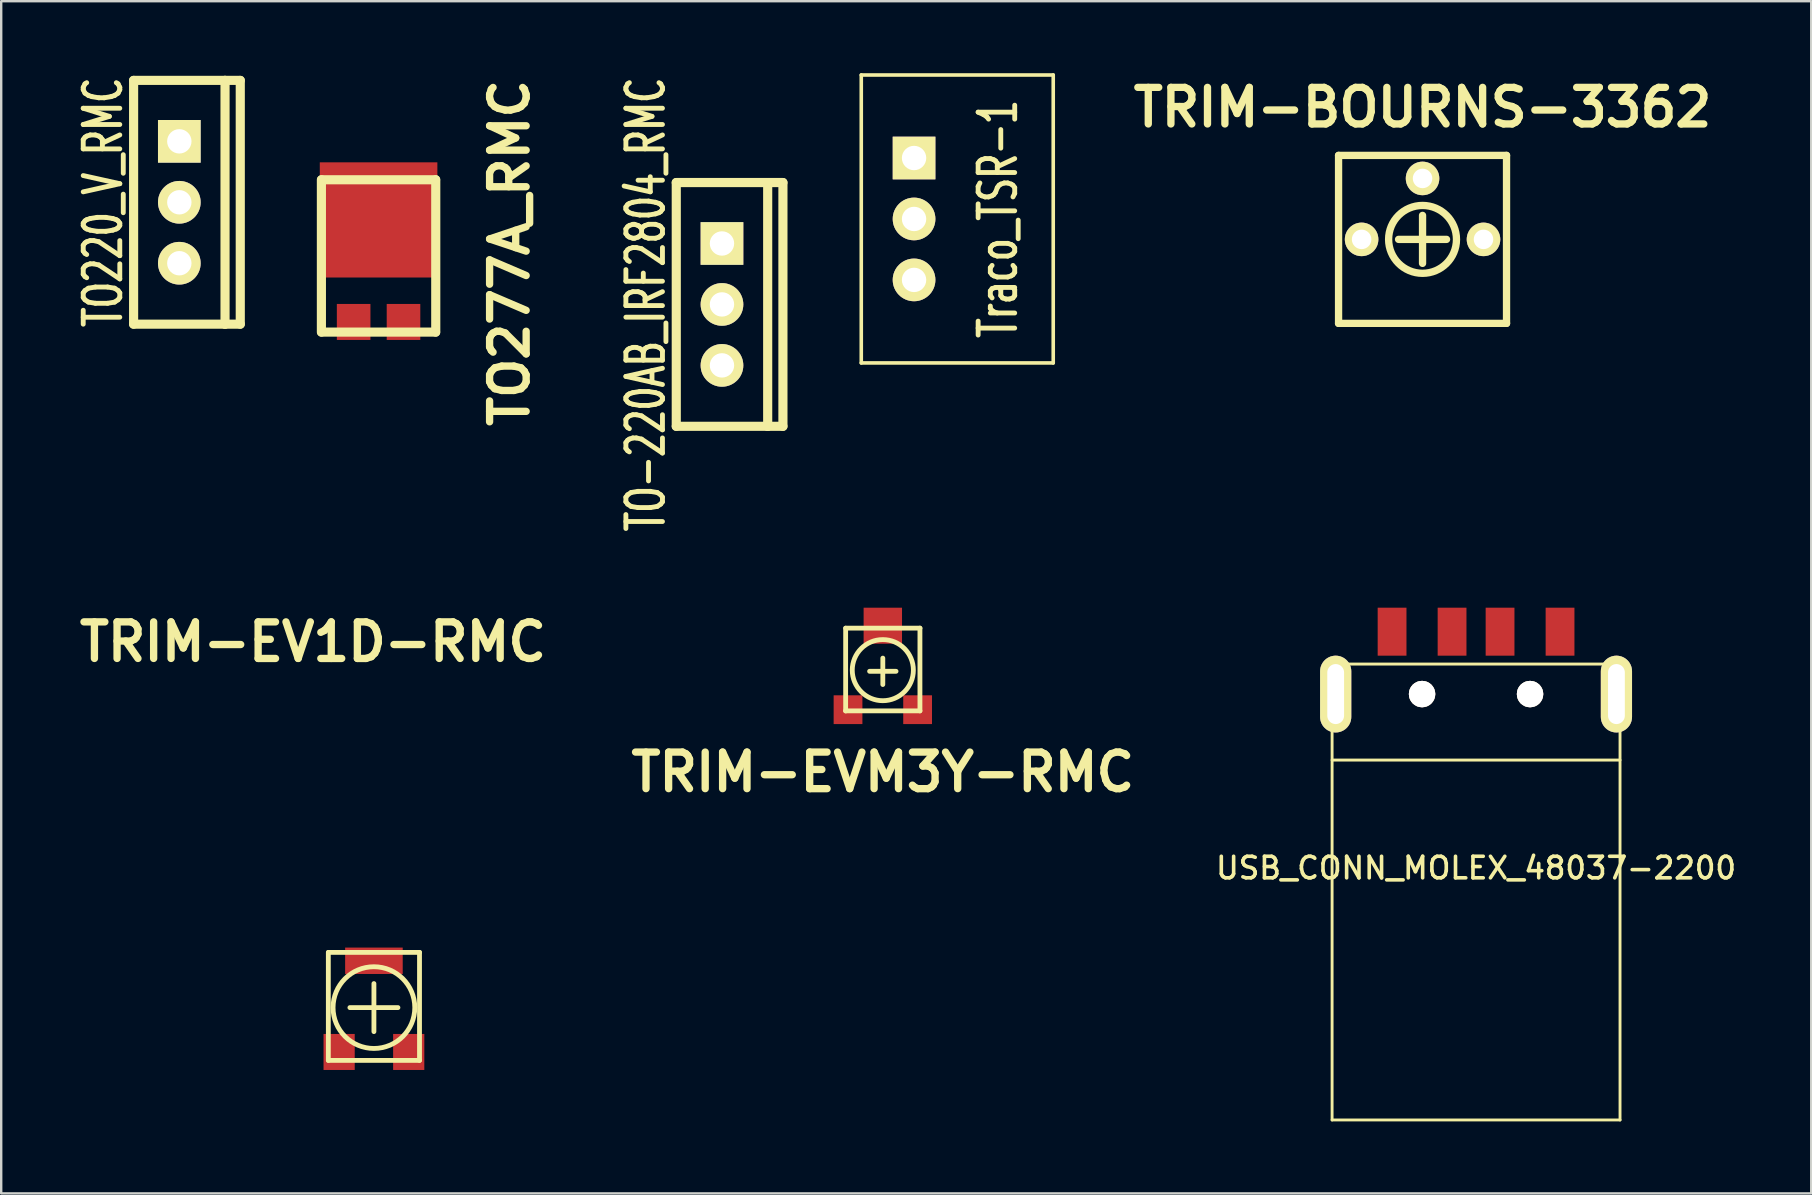
<source format=kicad_pcb>
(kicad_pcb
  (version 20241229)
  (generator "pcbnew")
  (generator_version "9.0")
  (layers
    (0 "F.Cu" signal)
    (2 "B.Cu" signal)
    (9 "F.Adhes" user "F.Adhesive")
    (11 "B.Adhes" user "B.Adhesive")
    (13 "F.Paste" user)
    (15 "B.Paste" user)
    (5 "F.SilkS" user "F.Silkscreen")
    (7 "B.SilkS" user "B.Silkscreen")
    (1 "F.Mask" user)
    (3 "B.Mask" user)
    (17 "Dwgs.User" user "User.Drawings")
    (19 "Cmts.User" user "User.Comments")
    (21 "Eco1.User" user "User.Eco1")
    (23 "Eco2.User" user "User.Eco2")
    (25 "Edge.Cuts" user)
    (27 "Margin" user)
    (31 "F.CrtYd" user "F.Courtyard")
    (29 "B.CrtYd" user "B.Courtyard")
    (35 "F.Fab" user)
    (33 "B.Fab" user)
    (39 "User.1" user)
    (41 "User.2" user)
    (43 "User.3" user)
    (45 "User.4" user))
  (footprint "Traco_TSR-1"
    (layer "F.Cu")
    (at 35.043 6.075)
    (property "Reference" "Traco_TSR-1" (at 3.5 0 90) (layer "F.SilkS") (effects (font (size 1.524 1.016) (thickness 0.203))))
    (attr through_hole)
    (fp_line (start -2.2 -6) (end -2.2 6) (stroke (width 0.15) (type solid)) (layer "F.SilkS"))
    (fp_line (start -2.2 6) (end 5.8 6) (stroke (width 0.15) (type solid)) (layer "F.SilkS"))
    (fp_line (start 5.8 -6) (end -2.2 -6) (stroke (width 0.15) (type solid)) (layer "F.SilkS"))
    (fp_line (start 5.8 6) (end 5.8 -6) (stroke (width 0.15) (type solid)) (layer "F.SilkS"))
    (pad "1" thru_hole rect (at 0 -2.54) (size 1.778 1.778) (drill 1.016) (layers "*.Cu" "*.Mask" "F.SilkS"))
    (pad "2" thru_hole circle (at 0 0) (size 1.778 1.778) (drill 1.016) (layers "*.Cu" "*.Mask" "F.SilkS"))
    (pad "3" thru_hole circle (at 0 2.54) (size 1.778 1.778) (drill 1.016) (layers "*.Cu" "*.Mask" "F.SilkS")))
  (footprint "TO-220AB_IRF2804_RMC"
    (layer "F.Cu")
    (at 27.038 9.637)
    (property "Reference" "TO-220AB_IRF2804_RMC" (at -3.175 0 90) (layer "F.SilkS") (effects (font (size 1.524 1.016) (thickness 0.203))))
    (attr through_hole)
    (fp_line (start -1.905 -5.08) (end 1.905 -5.08) (stroke (width 0.381) (type solid)) (layer "F.SilkS"))
    (fp_line (start -1.905 5.08) (end -1.905 -5.08) (stroke (width 0.381) (type solid)) (layer "F.SilkS"))
    (fp_line (start 1.905 -5.08) (end 1.905 5.08) (stroke (width 0.381) (type solid)) (layer "F.SilkS"))
    (fp_line (start 1.905 -5.08) (end 2.54 -5.08) (stroke (width 0.381) (type solid)) (layer "F.SilkS"))
    (fp_line (start 1.905 5.08) (end -1.905 5.08) (stroke (width 0.381) (type solid)) (layer "F.SilkS"))
    (fp_line (start 2.54 -5.08) (end 2.54 5.08) (stroke (width 0.381) (type solid)) (layer "F.SilkS"))
    (fp_line (start 2.54 5.08) (end 1.905 5.08) (stroke (width 0.381) (type solid)) (layer "F.SilkS"))
    (pad "D" thru_hole circle (at 0 0) (size 1.778 1.778) (drill 1.016) (layers "*.Cu" "*.Mask" "F.SilkS"))
    (pad "G" thru_hole rect (at 0 -2.54) (size 1.778 1.778) (drill 1.016) (layers "*.Cu" "*.Mask" "F.SilkS"))
    (pad "S" thru_hole circle (at 0 2.54) (size 1.778 1.778) (drill 1.016) (layers "*.Cu" "*.Mask" "F.SilkS")))
  (footprint "TO277A_RMC"
    (layer "F.Cu")
    (at 12.727 7.616)
    (property "Reference" "TO277A_RMC" (at 5.461 -0.127 90) (layer "F.SilkS") (effects (font (size 1.524 1.524) (thickness 0.305))))
    (attr through_hole)
    (fp_line (start -2.383 3.175) (end -2.383 -3.175) (stroke (width 0.381) (type solid)) (layer "F.SilkS"))
    (fp_line (start -2.375 -3.175) (end 2.375 -3.175) (stroke (width 0.381) (type solid)) (layer "F.SilkS"))
    (fp_line (start 2.375 3.175) (end -2.375 3.175) (stroke (width 0.381) (type solid)) (layer "F.SilkS"))
    (fp_line (start 2.383 -3.175) (end 2.383 3.175) (stroke (width 0.381) (type solid)) (layer "F.SilkS"))
    (pad "1" smd rect (at -1.039 2.751) (size 1.4 1.5) (layers "F.Cu" "F.Mask" "F.Paste"))
    (pad "2" smd rect (at 1.039 2.751) (size 1.4 1.5) (layers "F.Cu" "F.Mask" "F.Paste"))
    (pad "K" smd rect (at 0 -1.501) (size 4.9 4.8) (layers "F.Cu" "F.Mask" "F.Paste")))
  (footprint "TO220_V_RMC"
    (layer "F.Cu")
    (at 4.423 5.38)
    (property "Reference" "TO220_V_RMC" (at -3.175 0 90) (layer "F.SilkS") (effects (font (size 1.524 1.016) (thickness 0.203))))
    (attr through_hole)
    (fp_line (start -1.905 -5.08) (end 1.905 -5.08) (stroke (width 0.381) (type solid)) (layer "F.SilkS"))
    (fp_line (start -1.905 5.08) (end -1.905 -5.08) (stroke (width 0.381) (type solid)) (layer "F.SilkS"))
    (fp_line (start 1.905 -5.08) (end 1.905 5.08) (stroke (width 0.381) (type solid)) (layer "F.SilkS"))
    (fp_line (start 1.905 -5.08) (end 2.54 -5.08) (stroke (width 0.381) (type solid)) (layer "F.SilkS"))
    (fp_line (start 1.905 5.08) (end -1.905 5.08) (stroke (width 0.381) (type solid)) (layer "F.SilkS"))
    (fp_line (start 2.54 -5.08) (end 2.54 5.08) (stroke (width 0.381) (type solid)) (layer "F.SilkS"))
    (fp_line (start 2.54 5.08) (end 1.905 5.08) (stroke (width 0.381) (type solid)) (layer "F.SilkS"))
    (pad "1" thru_hole rect (at 0 -2.54) (size 1.778 1.778) (drill 1.016) (layers "*.Cu" "*.Mask" "F.SilkS"))
    (pad "2" thru_hole circle (at 0 0) (size 1.778 1.778) (drill 1.016) (layers "*.Cu" "*.Mask" "F.SilkS"))
    (pad "3" thru_hole circle (at 0 2.54) (size 1.778 1.778) (drill 1.016) (layers "*.Cu" "*.Mask" "F.SilkS")))
  (footprint "USB_CONN_MOLEX_48037-2200"
    (layer "F.Cu")
    (at 58.464 28.625)
    (property "Reference" "USB_CONN_MOLEX_48037-2200" (at 0 4.5 0) (layer "F.SilkS") (effects (font (size 0.899 0.899) (thickness 0.15))))
    (attr through_hole)
    (fp_line (start -6 -4) (end 6 -4) (stroke (width 0.12) (type solid)) (layer "F.SilkS"))
    (fp_line (start -6 0) (end 6 0) (stroke (width 0.12) (type solid)) (layer "F.SilkS"))
    (fp_line (start -6 15) (end -6 -4) (stroke (width 0.12) (type solid)) (layer "F.SilkS"))
    (fp_line (start 6 -4) (end 6 15) (stroke (width 0.12) (type solid)) (layer "F.SilkS"))
    (fp_line (start 6 15) (end -6 15) (stroke (width 0.12) (type solid)) (layer "F.SilkS"))
    (pad "" thru_hole oval (at -5.85 -2.75) (size 1.3 3.2) (drill oval 0.7 2.5) (layers "*.Cu" "*.Mask" "F.SilkS"))
    (pad "" thru_hole circle (at -2.25 -2.75) (size 1.1 1.1) (drill 1.1) (layers "*.Cu" "*.Mask" "F.SilkS"))
    (pad "" thru_hole circle (at 2.25 -2.75) (size 1.1 1.1) (drill 1.1) (layers "*.Cu" "*.Mask" "F.SilkS"))
    (pad "" thru_hole oval (at 5.85 -2.75) (size 1.3 3.2) (drill oval 0.7 2.5) (layers "*.Cu" "*.Mask" "F.SilkS"))
    (pad "1" smd rect (at 3.5 -5.35) (size 1.2 2) (layers "F.Cu" "F.Mask" "F.Paste"))
    (pad "2" smd rect (at 1 -5.35) (size 1.2 2) (layers "F.Cu" "F.Mask" "F.Paste"))
    (pad "3" smd rect (at -1 -5.35) (size 1.2 2) (layers "F.Cu" "F.Mask" "F.Paste"))
    (pad "4" smd rect (at -3.5 -5.35) (size 1.2 2) (layers "F.Cu" "F.Mask" "F.Paste")))
  (footprint "TRIM-EVM3Y-RMC"
    (layer "F.Cu")
    (at 33.741 24.677)
    (property "Reference" "TRIM-EVM3Y-RMC" (at 0 4.45 0) (layer "F.SilkS") (effects (font (size 1.524 1.524) (thickness 0.305))))
    (attr through_hole)
    (fp_line (start -1.549 -1.549) (end 1.549 -1.549) (stroke (width 0.201) (type solid)) (layer "F.SilkS"))
    (fp_line (start -1.549 1.902) (end -1.549 -1.547) (stroke (width 0.201) (type solid)) (layer "F.SilkS"))
    (fp_line (start -0.551 0.249) (end 0.551 0.249) (stroke (width 0.201) (type solid)) (layer "F.SilkS"))
    (fp_line (start 0 0.8) (end 0 -0.3) (stroke (width 0.201) (type solid)) (layer "F.SilkS"))
    (fp_line (start 1.547 -1.549) (end 1.547 1.9) (stroke (width 0.201) (type solid)) (layer "F.SilkS"))
    (fp_line (start 1.547 1.897) (end -1.552 1.897) (stroke (width 0.201) (type solid)) (layer "F.SilkS"))
    (fp_circle (center 0 0.201) (end 0.95 1.049) (stroke (width 0.201) (type solid)) (fill no) (layer "F.SilkS"))
    (pad "1" smd rect (at -1.45 1.849) (size 1.199 1.199) (layers "F.Cu" "F.Mask" "F.Paste"))
    (pad "2" smd rect (at 0 -1.651) (size 1.6 1.501) (layers "F.Cu" "F.Mask" "F.Paste"))
    (pad "3" smd rect (at 1.45 1.849) (size 1.199 1.199) (layers "F.Cu" "F.Mask" "F.Paste")))
  (footprint "TRIM-EV1D-RMC"
    (layer "F.Cu")
    (at 12.533 38.941)
    (property "Reference" "TRIM-EV1D-RMC" (at -2.54 -15.24 0) (layer "F.SilkS") (effects (font (size 1.524 1.524) (thickness 0.305))))
    (attr through_hole)
    (fp_line (start -1.9 2.2) (end -1.9 -2.301) (stroke (width 0.201) (type solid)) (layer "F.SilkS"))
    (fp_line (start -1.897 -2.301) (end 1.902 -2.301) (stroke (width 0.201) (type solid)) (layer "F.SilkS"))
    (fp_line (start -1.001 0) (end 1.001 0) (stroke (width 0.201) (type solid)) (layer "F.SilkS"))
    (fp_line (start 0 -1.001) (end 0 1.001) (stroke (width 0.201) (type solid)) (layer "F.SilkS"))
    (fp_line (start 1.9 -2.301) (end 1.9 2.2) (stroke (width 0.201) (type solid)) (layer "F.SilkS"))
    (fp_line (start 1.9 2.2) (end -1.9 2.2) (stroke (width 0.201) (type solid)) (layer "F.SilkS"))
    (fp_circle (center 0 0) (end 1.3 1.1) (stroke (width 0.201) (type solid)) (fill no) (layer "F.SilkS"))
    (pad "1" smd rect (at -1.45 1.849) (size 1.3 1.501) (layers "F.Cu" "F.Mask" "F.Paste"))
    (pad "2" smd rect (at 0 -1.951) (size 2.4 1.1) (layers "F.Cu" "F.Mask" "F.Paste"))
    (pad "3" smd rect (at 1.45 1.849) (size 1.3 1.501) (layers "F.Cu" "F.Mask" "F.Paste")))
  (footprint "TRIM-BOURNS-3362"
    (layer "F.Cu")
    (at 56.234 6.926)
    (property "Reference" "TRIM-BOURNS-3362" (at 0 -5.5 0) (layer "F.SilkS") (effects (font (size 1.524 1.524) (thickness 0.305))))
    (attr through_hole)
    (fp_line (start -3.5 -3.5) (end -3.5 3.5) (stroke (width 0.305) (type solid)) (layer "F.SilkS"))
    (fp_line (start -3.5 3.5) (end 3.5 3.5) (stroke (width 0.305) (type solid)) (layer "F.SilkS"))
    (fp_line (start -1 0) (end 1 0) (stroke (width 0.305) (type solid)) (layer "F.SilkS"))
    (fp_line (start 0 -1) (end 0 1) (stroke (width 0.305) (type solid)) (layer "F.SilkS"))
    (fp_line (start 3.5 -3.5) (end -3.5 -3.5) (stroke (width 0.305) (type solid)) (layer "F.SilkS"))
    (fp_line (start 3.5 3.5) (end 3.5 -3.5) (stroke (width 0.305) (type solid)) (layer "F.SilkS"))
    (fp_circle (center 0 0) (end 1 1) (stroke (width 0.305) (type solid)) (fill no) (layer "F.SilkS"))
    (pad "1" thru_hole circle (at -2.54 0) (size 1.397 1.397) (drill 0.813) (layers "*.Cu" "*.Mask" "F.SilkS"))
    (pad "2" thru_hole circle (at 0 -2.54) (size 1.397 1.397) (drill 0.813) (layers "*.Cu" "*.Mask" "F.SilkS"))
    (pad "3" thru_hole circle (at 2.54 0) (size 1.397 1.397) (drill 0.813) (layers "*.Cu" "*.Mask" "F.SilkS")))
  (gr_rect
    (start -3 -3)
    (end 72.432 46.685)
    (stroke (width 0.1) (type default))
    (fill no)
    (layer "Edge.Cuts")))
</source>
